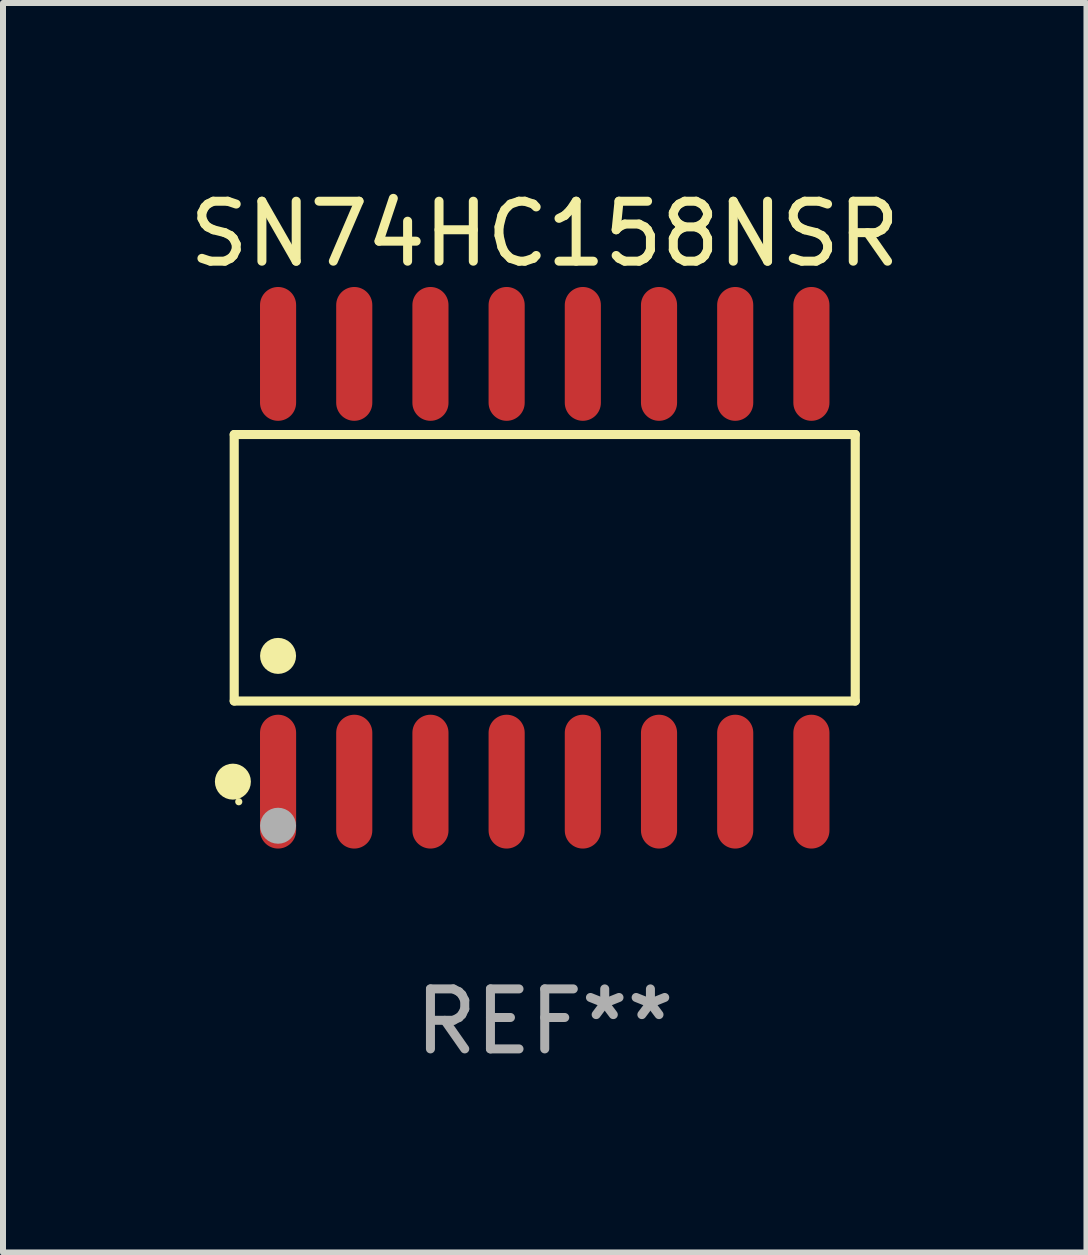
<source format=kicad_pcb>
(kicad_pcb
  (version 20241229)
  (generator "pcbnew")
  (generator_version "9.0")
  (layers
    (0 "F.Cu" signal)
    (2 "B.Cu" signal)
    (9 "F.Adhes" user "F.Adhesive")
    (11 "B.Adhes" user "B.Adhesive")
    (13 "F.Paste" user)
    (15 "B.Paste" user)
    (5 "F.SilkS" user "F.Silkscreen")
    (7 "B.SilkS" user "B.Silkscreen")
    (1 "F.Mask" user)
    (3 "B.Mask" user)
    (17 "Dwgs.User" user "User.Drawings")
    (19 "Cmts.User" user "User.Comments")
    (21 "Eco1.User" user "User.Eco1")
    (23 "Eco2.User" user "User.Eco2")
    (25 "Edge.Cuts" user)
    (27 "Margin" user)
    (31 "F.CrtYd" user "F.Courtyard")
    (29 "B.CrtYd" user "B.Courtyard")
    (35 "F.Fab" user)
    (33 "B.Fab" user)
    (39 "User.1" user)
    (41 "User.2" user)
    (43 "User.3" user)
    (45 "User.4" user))
  (footprint "SN74HC158NSR"
    (layer "F.Cu")
    (at 6.03 6.414)
    (property "Reference" "SN74HC158NSR" (at 0 -5.565 0) (layer "F.SilkS") (effects (font (size 1 1) (thickness 0.15))))
    (attr through_hole)
    (fp_line (start -5.176 -2.221) (end 5.176 -2.221) (stroke (width 0.152) (type solid)) (layer "F.SilkS"))
    (fp_line (start -5.176 2.221) (end -5.176 -2.221) (stroke (width 0.152) (type solid)) (layer "F.SilkS"))
    (fp_line (start 5.176 -2.221) (end 5.176 2.221) (stroke (width 0.152) (type solid)) (layer "F.SilkS"))
    (fp_line (start 5.176 2.221) (end -5.176 2.221) (stroke (width 0.152) (type solid)) (layer "F.SilkS"))
    (fp_circle (center -5.198 3.565) (end -5.048 3.565) (stroke (width 0.3) (type solid)) (fill no) (layer "F.SilkS"))
    (fp_circle (center -5.1 3.9) (end -5.07 3.9) (stroke (width 0.06) (type solid)) (fill no) (layer "F.SilkS"))
    (fp_circle (center -4.445 1.469) (end -4.295 1.469) (stroke (width 0.3) (type solid)) (fill no) (layer "F.SilkS"))
    (fp_circle (center -4.445 4.3) (end -4.295 4.3) (stroke (width 0.3) (type solid)) (fill no) (layer "F.Fab"))
    (fp_text user "REF**" (at 0 7.565 0) (layer "F.Fab") (effects (font (size 1 1) (thickness 0.15))))
    (pad "1" smd oval (at -4.445 3.565) (size 0.602 2.231) (layers "F.Cu" "F.Mask" "F.Paste"))
    (pad "2" smd oval (at -3.175 3.565) (size 0.602 2.231) (layers "F.Cu" "F.Mask" "F.Paste"))
    (pad "3" smd oval (at -1.905 3.565) (size 0.602 2.231) (layers "F.Cu" "F.Mask" "F.Paste"))
    (pad "4" smd oval (at -0.635 3.565) (size 0.602 2.231) (layers "F.Cu" "F.Mask" "F.Paste"))
    (pad "5" smd oval (at 0.635 3.565) (size 0.602 2.231) (layers "F.Cu" "F.Mask" "F.Paste"))
    (pad "6" smd oval (at 1.905 3.565) (size 0.602 2.231) (layers "F.Cu" "F.Mask" "F.Paste"))
    (pad "7" smd oval (at 3.175 3.565) (size 0.602 2.231) (layers "F.Cu" "F.Mask" "F.Paste"))
    (pad "8" smd oval (at 4.445 3.565) (size 0.602 2.231) (layers "F.Cu" "F.Mask" "F.Paste"))
    (pad "9" smd oval (at 4.445 -3.565) (size 0.602 2.231) (layers "F.Cu" "F.Mask" "F.Paste"))
    (pad "10" smd oval (at 3.175 -3.565) (size 0.602 2.231) (layers "F.Cu" "F.Mask" "F.Paste"))
    (pad "11" smd oval (at 1.905 -3.565) (size 0.602 2.231) (layers "F.Cu" "F.Mask" "F.Paste"))
    (pad "12" smd oval (at 0.635 -3.565) (size 0.602 2.231) (layers "F.Cu" "F.Mask" "F.Paste"))
    (pad "13" smd oval (at -0.635 -3.565) (size 0.602 2.231) (layers "F.Cu" "F.Mask" "F.Paste"))
    (pad "14" smd oval (at -1.905 -3.565) (size 0.602 2.231) (layers "F.Cu" "F.Mask" "F.Paste"))
    (pad "15" smd oval (at -3.175 -3.565) (size 0.602 2.231) (layers "F.Cu" "F.Mask" "F.Paste"))
    (pad "16" smd oval (at -4.445 -3.565) (size 0.602 2.231) (layers "F.Cu" "F.Mask" "F.Paste")))
  (gr_rect
    (start -3 -3)
    (end 15.06 17.827)
    (stroke (width 0.1) (type default))
    (fill no)
    (layer "Edge.Cuts")))
</source>
